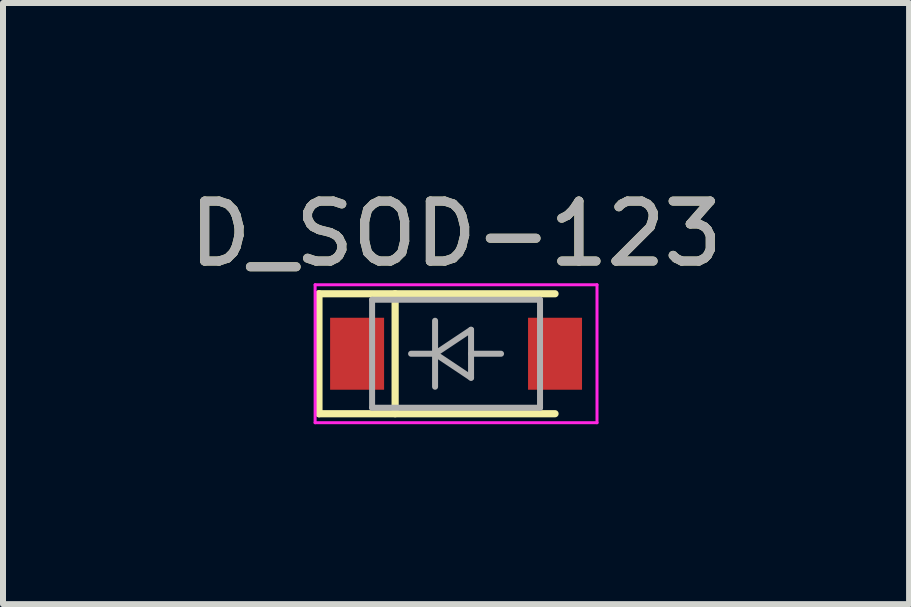
<source format=kicad_pcb>
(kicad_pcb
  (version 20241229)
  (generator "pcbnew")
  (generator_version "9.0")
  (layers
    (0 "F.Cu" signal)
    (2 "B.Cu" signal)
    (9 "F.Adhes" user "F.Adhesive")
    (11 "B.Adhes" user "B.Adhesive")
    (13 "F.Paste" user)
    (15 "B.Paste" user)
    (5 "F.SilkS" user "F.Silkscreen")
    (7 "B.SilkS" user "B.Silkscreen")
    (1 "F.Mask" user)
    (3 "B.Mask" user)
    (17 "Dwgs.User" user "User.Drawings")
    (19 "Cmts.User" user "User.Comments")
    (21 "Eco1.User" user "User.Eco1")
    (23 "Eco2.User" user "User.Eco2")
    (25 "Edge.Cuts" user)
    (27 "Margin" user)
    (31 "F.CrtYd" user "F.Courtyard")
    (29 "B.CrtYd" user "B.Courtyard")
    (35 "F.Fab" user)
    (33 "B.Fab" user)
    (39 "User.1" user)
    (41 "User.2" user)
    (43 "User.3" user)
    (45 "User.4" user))
  (footprint "D_SOD-123"
    (layer "F.Cu")
    (at 4.554 2.848)
    (property "Reference" "D_SOD-123" (at 0 -2 0) (layer "F.SilkS") (effects (font (size 1 1) (thickness 0.15))))
    (attr smd)
    (fp_line (start -2.286 -1) (end -2.286 1) (stroke (width 0.12) (type solid)) (layer "F.SilkS"))
    (fp_line (start -2.286 -1) (end 1.65 -1) (stroke (width 0.12) (type solid)) (layer "F.SilkS"))
    (fp_line (start -2.286 1) (end 1.65 1) (stroke (width 0.12) (type solid)) (layer "F.SilkS"))
    (fp_line (start -1.016 -1) (end -1.016 1) (stroke (width 0.12) (type solid)) (layer "F.SilkS"))
    (fp_line (start -2.35 -1.15) (end -2.35 1.15) (stroke (width 0.05) (type solid)) (layer "F.CrtYd"))
    (fp_line (start -2.35 -1.15) (end 2.35 -1.15) (stroke (width 0.05) (type solid)) (layer "F.CrtYd"))
    (fp_line (start 2.35 -1.15) (end 2.35 1.15) (stroke (width 0.05) (type solid)) (layer "F.CrtYd"))
    (fp_line (start 2.35 1.15) (end -2.35 1.15) (stroke (width 0.05) (type solid)) (layer "F.CrtYd"))
    (fp_line (start -1.4 -0.9) (end 1.4 -0.9) (stroke (width 0.1) (type solid)) (layer "F.Fab"))
    (fp_line (start -1.4 0.9) (end -1.4 -0.9) (stroke (width 0.1) (type solid)) (layer "F.Fab"))
    (fp_line (start -0.75 0) (end -0.35 0) (stroke (width 0.1) (type solid)) (layer "F.Fab"))
    (fp_line (start -0.35 0) (end -0.35 -0.55) (stroke (width 0.1) (type solid)) (layer "F.Fab"))
    (fp_line (start -0.35 0) (end -0.35 0.55) (stroke (width 0.1) (type solid)) (layer "F.Fab"))
    (fp_line (start -0.35 0) (end 0.25 -0.4) (stroke (width 0.1) (type solid)) (layer "F.Fab"))
    (fp_line (start 0.25 -0.4) (end 0.25 0.4) (stroke (width 0.1) (type solid)) (layer "F.Fab"))
    (fp_line (start 0.25 0) (end 0.75 0) (stroke (width 0.1) (type solid)) (layer "F.Fab"))
    (fp_line (start 0.25 0.4) (end -0.35 0) (stroke (width 0.1) (type solid)) (layer "F.Fab"))
    (fp_line (start 1.4 -0.9) (end 1.4 0.9) (stroke (width 0.1) (type solid)) (layer "F.Fab"))
    (fp_line (start 1.4 0.9) (end -1.4 0.9) (stroke (width 0.1) (type solid)) (layer "F.Fab"))
    (fp_text user "${REFERENCE}" (at 0 -2 0) (layer "F.Fab") (effects (font (size 1 1) (thickness 0.15))))
    (pad "1" smd rect (at -1.65 0) (size 0.9 1.2) (layers "F.Cu" "F.Mask" "F.Paste"))
    (pad "2" smd rect (at 1.65 0) (size 0.9 1.2) (layers "F.Cu" "F.Mask" "F.Paste")))
  (gr_rect
    (start -3 -3)
    (end 12.107 7.023)
    (stroke (width 0.1) (type default))
    (fill no)
    (layer "Edge.Cuts")))
</source>
